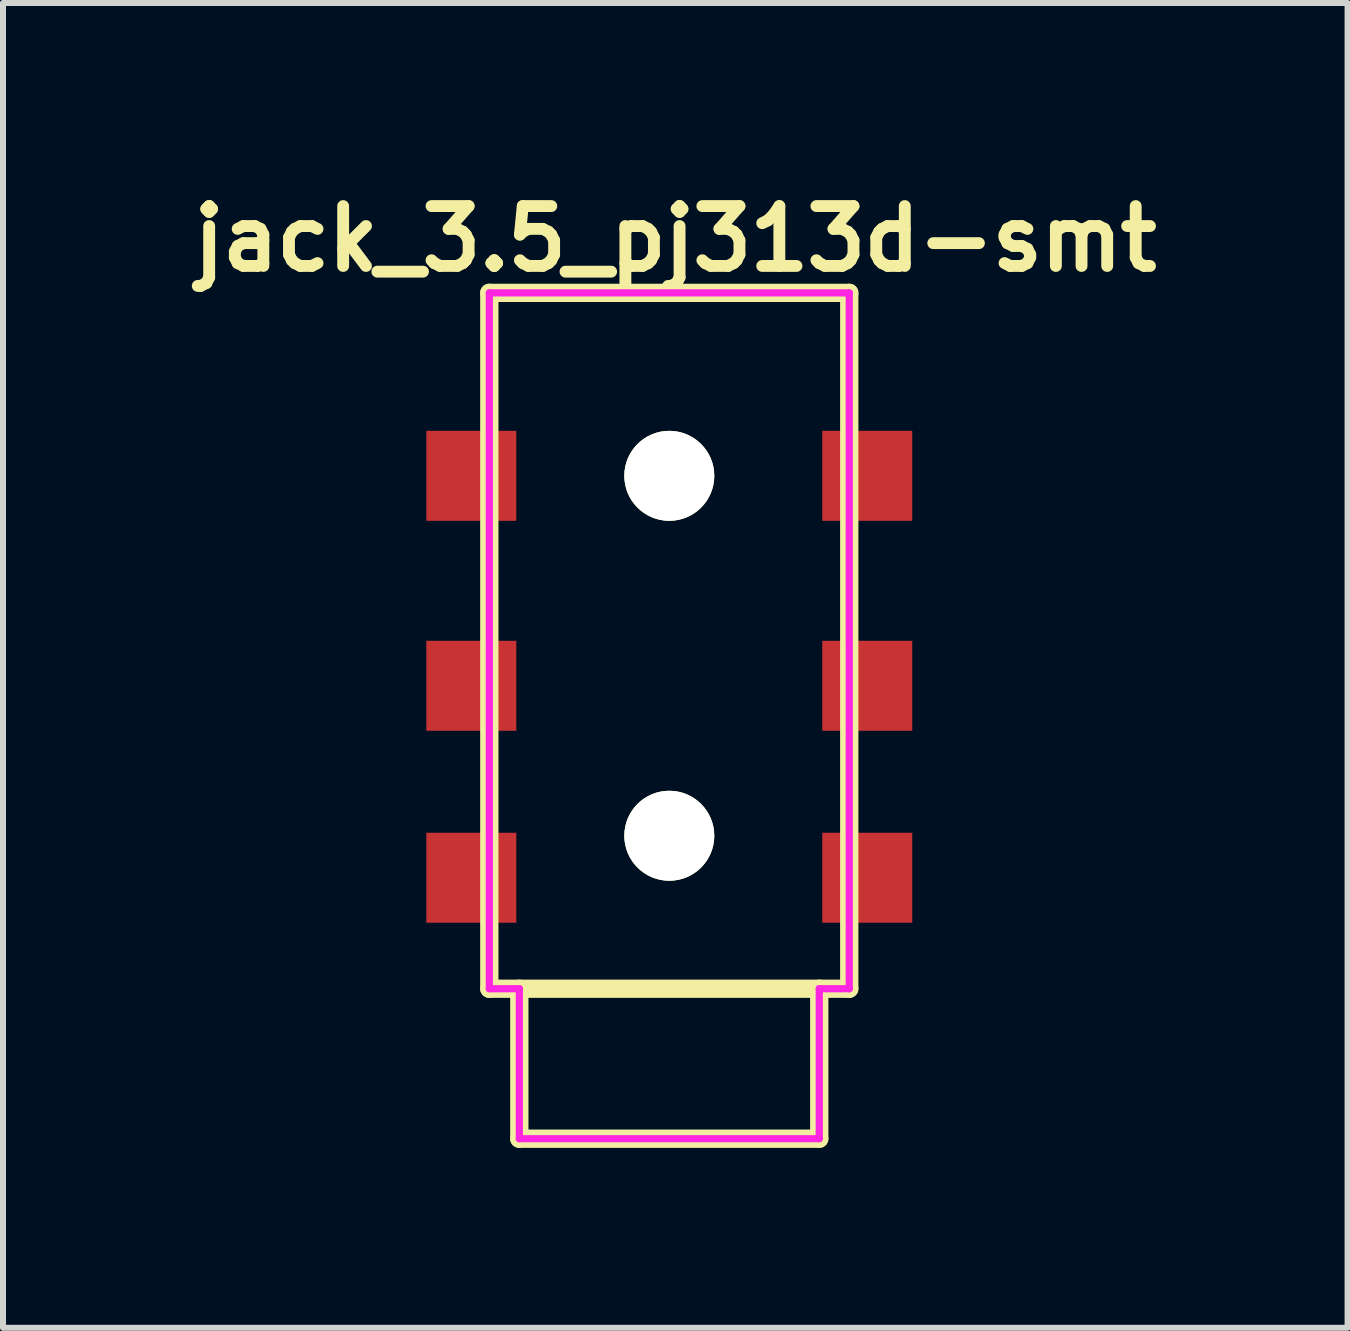
<source format=kicad_pcb>
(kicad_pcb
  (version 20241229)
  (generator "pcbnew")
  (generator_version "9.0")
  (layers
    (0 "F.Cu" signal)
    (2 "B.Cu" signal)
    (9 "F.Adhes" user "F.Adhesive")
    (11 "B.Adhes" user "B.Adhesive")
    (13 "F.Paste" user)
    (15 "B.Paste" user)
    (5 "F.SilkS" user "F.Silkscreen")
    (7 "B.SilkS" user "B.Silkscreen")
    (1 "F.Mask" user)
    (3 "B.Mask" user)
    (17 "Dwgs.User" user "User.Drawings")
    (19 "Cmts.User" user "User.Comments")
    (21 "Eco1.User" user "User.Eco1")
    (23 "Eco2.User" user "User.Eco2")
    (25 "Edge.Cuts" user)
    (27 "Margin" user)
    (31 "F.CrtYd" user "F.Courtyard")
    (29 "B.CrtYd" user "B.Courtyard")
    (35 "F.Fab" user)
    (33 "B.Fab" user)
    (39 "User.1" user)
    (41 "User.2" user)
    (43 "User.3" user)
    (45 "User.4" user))
  (footprint "jack_3.5_pj313d-smt"
    (layer "F.Cu")
    (at 8.107 7.632)
    (property "Reference" "jack_3.5_pj313d-smt" (at 0.1 -6.7 0) (layer "F.SilkS") (effects (font (size 0.998 0.998) (thickness 0.198))))
    (attr through_hole)
    (fp_line (start -3 -5.8) (end -3 5.8) (stroke (width 0.305) (type solid)) (layer "F.SilkS"))
    (fp_line (start -3 -5.8) (end 3 -5.8) (stroke (width 0.305) (type solid)) (layer "F.SilkS"))
    (fp_line (start -3 5.8) (end 3 5.8) (stroke (width 0.305) (type solid)) (layer "F.SilkS"))
    (fp_line (start -2.5 5.8) (end -2.5 8.3) (stroke (width 0.305) (type solid)) (layer "F.SilkS"))
    (fp_line (start -2.5 8.3) (end 2.5 8.3) (stroke (width 0.305) (type solid)) (layer "F.SilkS"))
    (fp_line (start 2.5 5.8) (end 2.5 8.3) (stroke (width 0.305) (type solid)) (layer "F.SilkS"))
    (fp_line (start 3 -5.8) (end 3 5.8) (stroke (width 0.305) (type solid)) (layer "F.SilkS"))
    (fp_line (start -3 -5.8) (end 3 -5.8) (stroke (width 0.12) (type solid)) (layer "F.CrtYd"))
    (fp_line (start -3 5.8) (end -3 -5.8) (stroke (width 0.12) (type solid)) (layer "F.CrtYd"))
    (fp_line (start -2.5 5.8) (end -3 5.8) (stroke (width 0.12) (type solid)) (layer "F.CrtYd"))
    (fp_line (start -2.5 8.3) (end -2.5 5.8) (stroke (width 0.12) (type solid)) (layer "F.CrtYd"))
    (fp_line (start 2.5 5.8) (end 2.5 8.3) (stroke (width 0.12) (type solid)) (layer "F.CrtYd"))
    (fp_line (start 2.5 8.3) (end -2.5 8.3) (stroke (width 0.12) (type solid)) (layer "F.CrtYd"))
    (fp_line (start 3 -5.8) (end 3 5.8) (stroke (width 0.12) (type solid)) (layer "F.CrtYd"))
    (fp_line (start 3 5.8) (end 2.5 5.8) (stroke (width 0.12) (type solid)) (layer "F.CrtYd"))
    (pad "" np_thru_hole circle (at 0 -2.75) (size 1.5 1.5) (drill 1.5) (layers "*.Cu" "*.Mask" "F.SilkS"))
    (pad "" np_thru_hole circle (at 0 3.25) (size 1.5 1.5) (drill 1.5) (layers "*.Cu" "*.Mask" "F.SilkS"))
    (pad "R" smd rect (at -3.3 0.75) (size 1.5 1.5) (layers "F.Cu" "F.Mask" "F.Paste"))
    (pad "R" smd rect (at 3.3 0.75) (size 1.5 1.5) (layers "F.Cu" "F.Mask" "F.Paste"))
    (pad "S" smd rect (at -3.3 3.95) (size 1.5 1.5) (layers "F.Cu" "F.Mask" "F.Paste"))
    (pad "S" smd rect (at 3.3 3.95) (size 1.5 1.5) (layers "F.Cu" "F.Mask" "F.Paste"))
    (pad "T" smd rect (at -3.3 -2.75) (size 1.5 1.5) (layers "F.Cu" "F.Mask" "F.Paste"))
    (pad "T" smd rect (at 3.3 -2.75) (size 1.5 1.5) (layers "F.Cu" "F.Mask" "F.Paste")))
  (gr_rect
    (start -3 -3)
    (end 19.414 19.084)
    (stroke (width 0.1) (type default))
    (fill no)
    (layer "Edge.Cuts")))
</source>
